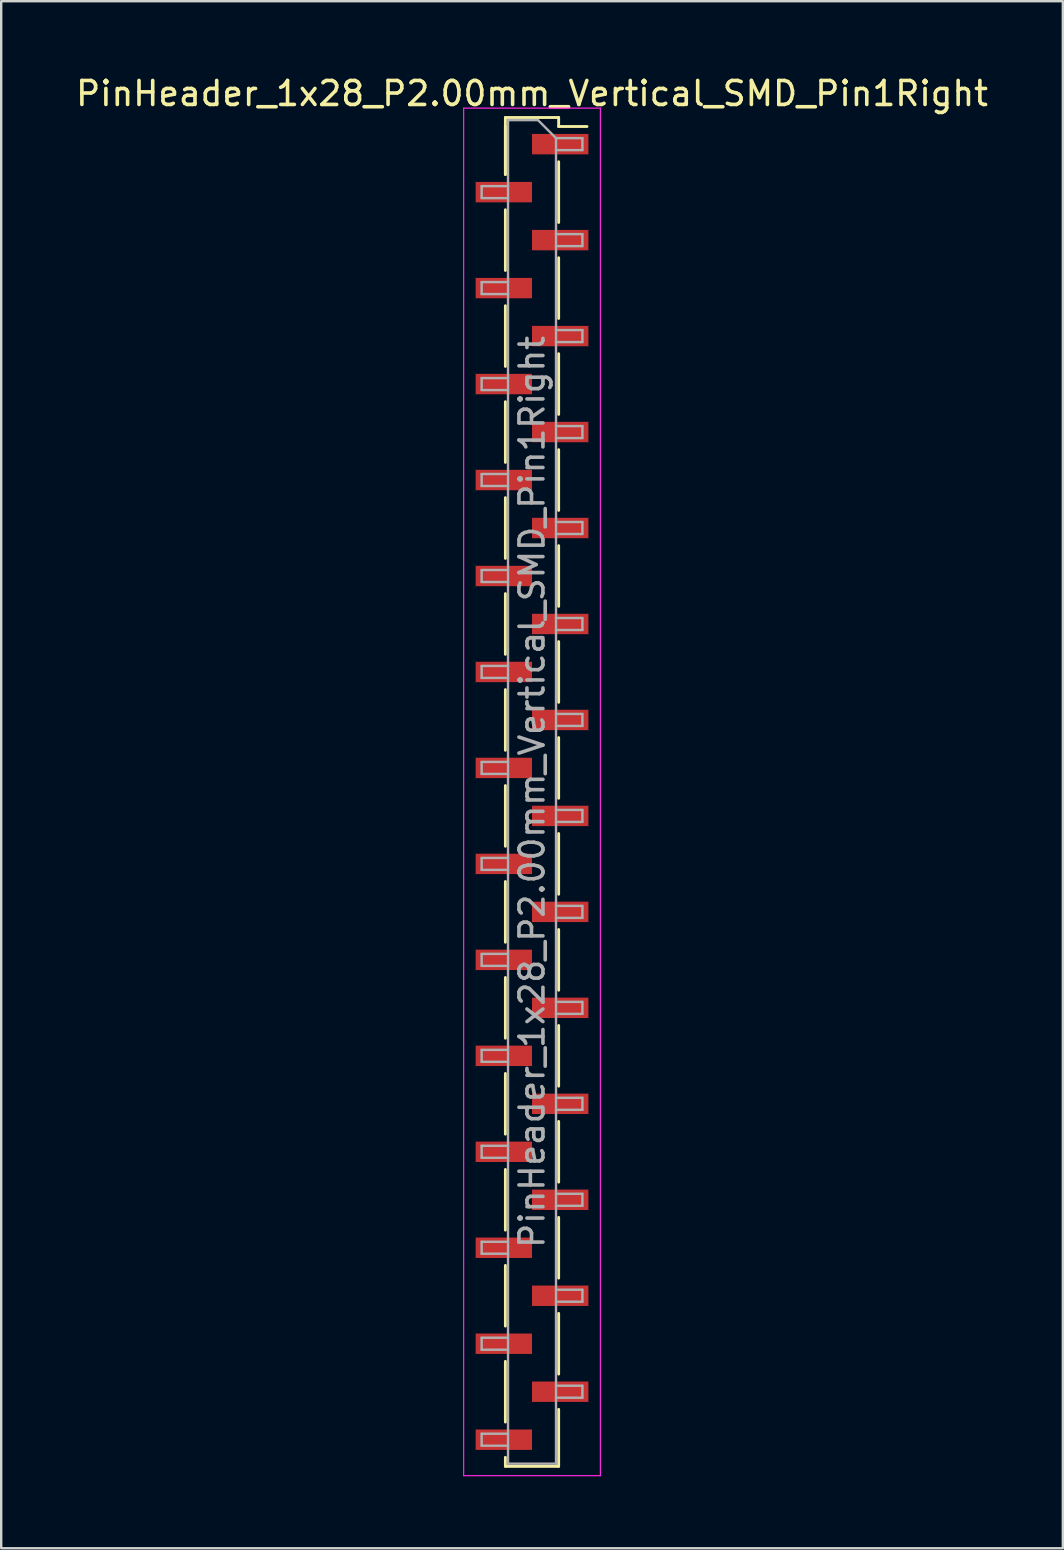
<source format=kicad_pcb>
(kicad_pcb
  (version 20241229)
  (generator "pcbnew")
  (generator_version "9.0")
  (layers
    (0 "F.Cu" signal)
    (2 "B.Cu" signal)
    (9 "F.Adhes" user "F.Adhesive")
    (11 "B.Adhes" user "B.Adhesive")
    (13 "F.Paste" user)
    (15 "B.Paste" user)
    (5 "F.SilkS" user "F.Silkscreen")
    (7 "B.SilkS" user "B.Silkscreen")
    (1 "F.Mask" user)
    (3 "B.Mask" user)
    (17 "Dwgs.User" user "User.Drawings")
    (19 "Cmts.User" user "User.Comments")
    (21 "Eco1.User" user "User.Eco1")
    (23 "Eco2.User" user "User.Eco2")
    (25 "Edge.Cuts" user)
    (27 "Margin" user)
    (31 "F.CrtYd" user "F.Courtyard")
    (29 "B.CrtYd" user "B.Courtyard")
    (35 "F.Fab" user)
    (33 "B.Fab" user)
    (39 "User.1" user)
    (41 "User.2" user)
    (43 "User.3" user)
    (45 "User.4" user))
  (footprint "PinHeader_1x28_P2.00mm_Vertical_SMD_Pin1Right"
    (layer "F.Cu")
    (at 19.125 29.958)
    (property "Reference" "PinHeader_1x28_P2.00mm_Vertical_SMD_Pin1Right" (at 0 -29.11 0) (layer "F.SilkS") (effects (font (size 1 1) (thickness 0.15))))
    (attr smd)
    (fp_line (start -1.11 -28.11) (end -1.11 -25.735) (stroke (width 0.12) (type solid)) (layer "F.SilkS"))
    (fp_line (start -1.11 -28.11) (end 1.11 -28.11) (stroke (width 0.12) (type solid)) (layer "F.SilkS"))
    (fp_line (start -1.11 -27.735) (end -1.11 -25.735) (stroke (width 0.12) (type solid)) (layer "F.SilkS"))
    (fp_line (start -1.11 -24.265) (end -1.11 -21.735) (stroke (width 0.12) (type solid)) (layer "F.SilkS"))
    (fp_line (start -1.11 -20.265) (end -1.11 -17.735) (stroke (width 0.12) (type solid)) (layer "F.SilkS"))
    (fp_line (start -1.11 -16.265) (end -1.11 -13.735) (stroke (width 0.12) (type solid)) (layer "F.SilkS"))
    (fp_line (start -1.11 -12.265) (end -1.11 -9.735) (stroke (width 0.12) (type solid)) (layer "F.SilkS"))
    (fp_line (start -1.11 -8.265) (end -1.11 -5.735) (stroke (width 0.12) (type solid)) (layer "F.SilkS"))
    (fp_line (start -1.11 -4.265) (end -1.11 -1.735) (stroke (width 0.12) (type solid)) (layer "F.SilkS"))
    (fp_line (start -1.11 -0.265) (end -1.11 2.265) (stroke (width 0.12) (type solid)) (layer "F.SilkS"))
    (fp_line (start -1.11 3.735) (end -1.11 6.265) (stroke (width 0.12) (type solid)) (layer "F.SilkS"))
    (fp_line (start -1.11 7.735) (end -1.11 10.265) (stroke (width 0.12) (type solid)) (layer "F.SilkS"))
    (fp_line (start -1.11 11.735) (end -1.11 14.265) (stroke (width 0.12) (type solid)) (layer "F.SilkS"))
    (fp_line (start -1.11 15.735) (end -1.11 18.265) (stroke (width 0.12) (type solid)) (layer "F.SilkS"))
    (fp_line (start -1.11 19.735) (end -1.11 22.265) (stroke (width 0.12) (type solid)) (layer "F.SilkS"))
    (fp_line (start -1.11 23.735) (end -1.11 26.265) (stroke (width 0.12) (type solid)) (layer "F.SilkS"))
    (fp_line (start -1.11 27.735) (end -1.11 28.11) (stroke (width 0.12) (type solid)) (layer "F.SilkS"))
    (fp_line (start -1.11 28.11) (end 1.11 28.11) (stroke (width 0.12) (type solid)) (layer "F.SilkS"))
    (fp_line (start 1.11 -28.11) (end 1.11 -27.735) (stroke (width 0.12) (type solid)) (layer "F.SilkS"))
    (fp_line (start 1.11 -27.735) (end 2.29 -27.735) (stroke (width 0.12) (type solid)) (layer "F.SilkS"))
    (fp_line (start 1.11 -26.265) (end 1.11 -23.735) (stroke (width 0.12) (type solid)) (layer "F.SilkS"))
    (fp_line (start 1.11 -22.265) (end 1.11 -19.735) (stroke (width 0.12) (type solid)) (layer "F.SilkS"))
    (fp_line (start 1.11 -18.265) (end 1.11 -15.735) (stroke (width 0.12) (type solid)) (layer "F.SilkS"))
    (fp_line (start 1.11 -14.265) (end 1.11 -11.735) (stroke (width 0.12) (type solid)) (layer "F.SilkS"))
    (fp_line (start 1.11 -10.265) (end 1.11 -7.735) (stroke (width 0.12) (type solid)) (layer "F.SilkS"))
    (fp_line (start 1.11 -6.265) (end 1.11 -3.735) (stroke (width 0.12) (type solid)) (layer "F.SilkS"))
    (fp_line (start 1.11 -2.265) (end 1.11 0.265) (stroke (width 0.12) (type solid)) (layer "F.SilkS"))
    (fp_line (start 1.11 1.735) (end 1.11 4.265) (stroke (width 0.12) (type solid)) (layer "F.SilkS"))
    (fp_line (start 1.11 5.735) (end 1.11 8.265) (stroke (width 0.12) (type solid)) (layer "F.SilkS"))
    (fp_line (start 1.11 9.735) (end 1.11 12.265) (stroke (width 0.12) (type solid)) (layer "F.SilkS"))
    (fp_line (start 1.11 13.735) (end 1.11 16.265) (stroke (width 0.12) (type solid)) (layer "F.SilkS"))
    (fp_line (start 1.11 17.735) (end 1.11 20.265) (stroke (width 0.12) (type solid)) (layer "F.SilkS"))
    (fp_line (start 1.11 21.735) (end 1.11 24.265) (stroke (width 0.12) (type solid)) (layer "F.SilkS"))
    (fp_line (start 1.11 25.735) (end 1.11 28.11) (stroke (width 0.12) (type solid)) (layer "F.SilkS"))
    (fp_line (start -2.85 -28.5) (end -2.85 28.5) (stroke (width 0.05) (type solid)) (layer "F.CrtYd"))
    (fp_line (start -2.85 28.5) (end 2.85 28.5) (stroke (width 0.05) (type solid)) (layer "F.CrtYd"))
    (fp_line (start 2.85 -28.5) (end -2.85 -28.5) (stroke (width 0.05) (type solid)) (layer "F.CrtYd"))
    (fp_line (start 2.85 28.5) (end 2.85 -28.5) (stroke (width 0.05) (type solid)) (layer "F.CrtYd"))
    (fp_line (start -2.1 -25.25) (end -2.1 -24.75) (stroke (width 0.1) (type solid)) (layer "F.Fab"))
    (fp_line (start -2.1 -24.75) (end -1 -24.75) (stroke (width 0.1) (type solid)) (layer "F.Fab"))
    (fp_line (start -2.1 -21.25) (end -2.1 -20.75) (stroke (width 0.1) (type solid)) (layer "F.Fab"))
    (fp_line (start -2.1 -20.75) (end -1 -20.75) (stroke (width 0.1) (type solid)) (layer "F.Fab"))
    (fp_line (start -2.1 -17.25) (end -2.1 -16.75) (stroke (width 0.1) (type solid)) (layer "F.Fab"))
    (fp_line (start -2.1 -16.75) (end -1 -16.75) (stroke (width 0.1) (type solid)) (layer "F.Fab"))
    (fp_line (start -2.1 -13.25) (end -2.1 -12.75) (stroke (width 0.1) (type solid)) (layer "F.Fab"))
    (fp_line (start -2.1 -12.75) (end -1 -12.75) (stroke (width 0.1) (type solid)) (layer "F.Fab"))
    (fp_line (start -2.1 -9.25) (end -2.1 -8.75) (stroke (width 0.1) (type solid)) (layer "F.Fab"))
    (fp_line (start -2.1 -8.75) (end -1 -8.75) (stroke (width 0.1) (type solid)) (layer "F.Fab"))
    (fp_line (start -2.1 -5.25) (end -2.1 -4.75) (stroke (width 0.1) (type solid)) (layer "F.Fab"))
    (fp_line (start -2.1 -4.75) (end -1 -4.75) (stroke (width 0.1) (type solid)) (layer "F.Fab"))
    (fp_line (start -2.1 -1.25) (end -2.1 -0.75) (stroke (width 0.1) (type solid)) (layer "F.Fab"))
    (fp_line (start -2.1 -0.75) (end -1 -0.75) (stroke (width 0.1) (type solid)) (layer "F.Fab"))
    (fp_line (start -2.1 2.75) (end -2.1 3.25) (stroke (width 0.1) (type solid)) (layer "F.Fab"))
    (fp_line (start -2.1 3.25) (end -1 3.25) (stroke (width 0.1) (type solid)) (layer "F.Fab"))
    (fp_line (start -2.1 6.75) (end -2.1 7.25) (stroke (width 0.1) (type solid)) (layer "F.Fab"))
    (fp_line (start -2.1 7.25) (end -1 7.25) (stroke (width 0.1) (type solid)) (layer "F.Fab"))
    (fp_line (start -2.1 10.75) (end -2.1 11.25) (stroke (width 0.1) (type solid)) (layer "F.Fab"))
    (fp_line (start -2.1 11.25) (end -1 11.25) (stroke (width 0.1) (type solid)) (layer "F.Fab"))
    (fp_line (start -2.1 14.75) (end -2.1 15.25) (stroke (width 0.1) (type solid)) (layer "F.Fab"))
    (fp_line (start -2.1 15.25) (end -1 15.25) (stroke (width 0.1) (type solid)) (layer "F.Fab"))
    (fp_line (start -2.1 18.75) (end -2.1 19.25) (stroke (width 0.1) (type solid)) (layer "F.Fab"))
    (fp_line (start -2.1 19.25) (end -1 19.25) (stroke (width 0.1) (type solid)) (layer "F.Fab"))
    (fp_line (start -2.1 22.75) (end -2.1 23.25) (stroke (width 0.1) (type solid)) (layer "F.Fab"))
    (fp_line (start -2.1 23.25) (end -1 23.25) (stroke (width 0.1) (type solid)) (layer "F.Fab"))
    (fp_line (start -2.1 26.75) (end -2.1 27.25) (stroke (width 0.1) (type solid)) (layer "F.Fab"))
    (fp_line (start -2.1 27.25) (end -1 27.25) (stroke (width 0.1) (type solid)) (layer "F.Fab"))
    (fp_line (start -1 -28) (end -1 28) (stroke (width 0.1) (type solid)) (layer "F.Fab"))
    (fp_line (start -1 -28) (end 0.25 -28) (stroke (width 0.1) (type solid)) (layer "F.Fab"))
    (fp_line (start -1 -25.25) (end -2.1 -25.25) (stroke (width 0.1) (type solid)) (layer "F.Fab"))
    (fp_line (start -1 -21.25) (end -2.1 -21.25) (stroke (width 0.1) (type solid)) (layer "F.Fab"))
    (fp_line (start -1 -17.25) (end -2.1 -17.25) (stroke (width 0.1) (type solid)) (layer "F.Fab"))
    (fp_line (start -1 -13.25) (end -2.1 -13.25) (stroke (width 0.1) (type solid)) (layer "F.Fab"))
    (fp_line (start -1 -9.25) (end -2.1 -9.25) (stroke (width 0.1) (type solid)) (layer "F.Fab"))
    (fp_line (start -1 -5.25) (end -2.1 -5.25) (stroke (width 0.1) (type solid)) (layer "F.Fab"))
    (fp_line (start -1 -1.25) (end -2.1 -1.25) (stroke (width 0.1) (type solid)) (layer "F.Fab"))
    (fp_line (start -1 2.75) (end -2.1 2.75) (stroke (width 0.1) (type solid)) (layer "F.Fab"))
    (fp_line (start -1 6.75) (end -2.1 6.75) (stroke (width 0.1) (type solid)) (layer "F.Fab"))
    (fp_line (start -1 10.75) (end -2.1 10.75) (stroke (width 0.1) (type solid)) (layer "F.Fab"))
    (fp_line (start -1 14.75) (end -2.1 14.75) (stroke (width 0.1) (type solid)) (layer "F.Fab"))
    (fp_line (start -1 18.75) (end -2.1 18.75) (stroke (width 0.1) (type solid)) (layer "F.Fab"))
    (fp_line (start -1 22.75) (end -2.1 22.75) (stroke (width 0.1) (type solid)) (layer "F.Fab"))
    (fp_line (start -1 26.75) (end -2.1 26.75) (stroke (width 0.1) (type solid)) (layer "F.Fab"))
    (fp_line (start 1 -27.25) (end 0.25 -28) (stroke (width 0.1) (type solid)) (layer "F.Fab"))
    (fp_line (start 1 -27.25) (end 2.1 -27.25) (stroke (width 0.1) (type solid)) (layer "F.Fab"))
    (fp_line (start 1 -23.25) (end 2.1 -23.25) (stroke (width 0.1) (type solid)) (layer "F.Fab"))
    (fp_line (start 1 -19.25) (end 2.1 -19.25) (stroke (width 0.1) (type solid)) (layer "F.Fab"))
    (fp_line (start 1 -15.25) (end 2.1 -15.25) (stroke (width 0.1) (type solid)) (layer "F.Fab"))
    (fp_line (start 1 -11.25) (end 2.1 -11.25) (stroke (width 0.1) (type solid)) (layer "F.Fab"))
    (fp_line (start 1 -7.25) (end 2.1 -7.25) (stroke (width 0.1) (type solid)) (layer "F.Fab"))
    (fp_line (start 1 -3.25) (end 2.1 -3.25) (stroke (width 0.1) (type solid)) (layer "F.Fab"))
    (fp_line (start 1 0.75) (end 2.1 0.75) (stroke (width 0.1) (type solid)) (layer "F.Fab"))
    (fp_line (start 1 4.75) (end 2.1 4.75) (stroke (width 0.1) (type solid)) (layer "F.Fab"))
    (fp_line (start 1 8.75) (end 2.1 8.75) (stroke (width 0.1) (type solid)) (layer "F.Fab"))
    (fp_line (start 1 12.75) (end 2.1 12.75) (stroke (width 0.1) (type solid)) (layer "F.Fab"))
    (fp_line (start 1 16.75) (end 2.1 16.75) (stroke (width 0.1) (type solid)) (layer "F.Fab"))
    (fp_line (start 1 20.75) (end 2.1 20.75) (stroke (width 0.1) (type solid)) (layer "F.Fab"))
    (fp_line (start 1 24.75) (end 2.1 24.75) (stroke (width 0.1) (type solid)) (layer "F.Fab"))
    (fp_line (start 1 28) (end -1 28) (stroke (width 0.1) (type solid)) (layer "F.Fab"))
    (fp_line (start 1 28) (end 1 -27.25) (stroke (width 0.1) (type solid)) (layer "F.Fab"))
    (fp_line (start 2.1 -27.25) (end 2.1 -26.75) (stroke (width 0.1) (type solid)) (layer "F.Fab"))
    (fp_line (start 2.1 -26.75) (end 1 -26.75) (stroke (width 0.1) (type solid)) (layer "F.Fab"))
    (fp_line (start 2.1 -23.25) (end 2.1 -22.75) (stroke (width 0.1) (type solid)) (layer "F.Fab"))
    (fp_line (start 2.1 -22.75) (end 1 -22.75) (stroke (width 0.1) (type solid)) (layer "F.Fab"))
    (fp_line (start 2.1 -19.25) (end 2.1 -18.75) (stroke (width 0.1) (type solid)) (layer "F.Fab"))
    (fp_line (start 2.1 -18.75) (end 1 -18.75) (stroke (width 0.1) (type solid)) (layer "F.Fab"))
    (fp_line (start 2.1 -15.25) (end 2.1 -14.75) (stroke (width 0.1) (type solid)) (layer "F.Fab"))
    (fp_line (start 2.1 -14.75) (end 1 -14.75) (stroke (width 0.1) (type solid)) (layer "F.Fab"))
    (fp_line (start 2.1 -11.25) (end 2.1 -10.75) (stroke (width 0.1) (type solid)) (layer "F.Fab"))
    (fp_line (start 2.1 -10.75) (end 1 -10.75) (stroke (width 0.1) (type solid)) (layer "F.Fab"))
    (fp_line (start 2.1 -7.25) (end 2.1 -6.75) (stroke (width 0.1) (type solid)) (layer "F.Fab"))
    (fp_line (start 2.1 -6.75) (end 1 -6.75) (stroke (width 0.1) (type solid)) (layer "F.Fab"))
    (fp_line (start 2.1 -3.25) (end 2.1 -2.75) (stroke (width 0.1) (type solid)) (layer "F.Fab"))
    (fp_line (start 2.1 -2.75) (end 1 -2.75) (stroke (width 0.1) (type solid)) (layer "F.Fab"))
    (fp_line (start 2.1 0.75) (end 2.1 1.25) (stroke (width 0.1) (type solid)) (layer "F.Fab"))
    (fp_line (start 2.1 1.25) (end 1 1.25) (stroke (width 0.1) (type solid)) (layer "F.Fab"))
    (fp_line (start 2.1 4.75) (end 2.1 5.25) (stroke (width 0.1) (type solid)) (layer "F.Fab"))
    (fp_line (start 2.1 5.25) (end 1 5.25) (stroke (width 0.1) (type solid)) (layer "F.Fab"))
    (fp_line (start 2.1 8.75) (end 2.1 9.25) (stroke (width 0.1) (type solid)) (layer "F.Fab"))
    (fp_line (start 2.1 9.25) (end 1 9.25) (stroke (width 0.1) (type solid)) (layer "F.Fab"))
    (fp_line (start 2.1 12.75) (end 2.1 13.25) (stroke (width 0.1) (type solid)) (layer "F.Fab"))
    (fp_line (start 2.1 13.25) (end 1 13.25) (stroke (width 0.1) (type solid)) (layer "F.Fab"))
    (fp_line (start 2.1 16.75) (end 2.1 17.25) (stroke (width 0.1) (type solid)) (layer "F.Fab"))
    (fp_line (start 2.1 17.25) (end 1 17.25) (stroke (width 0.1) (type solid)) (layer "F.Fab"))
    (fp_line (start 2.1 20.75) (end 2.1 21.25) (stroke (width 0.1) (type solid)) (layer "F.Fab"))
    (fp_line (start 2.1 21.25) (end 1 21.25) (stroke (width 0.1) (type solid)) (layer "F.Fab"))
    (fp_line (start 2.1 24.75) (end 2.1 25.25) (stroke (width 0.1) (type solid)) (layer "F.Fab"))
    (fp_line (start 2.1 25.25) (end 1 25.25) (stroke (width 0.1) (type solid)) (layer "F.Fab"))
    (fp_text user "${REFERENCE}" (at 0 0 90) (layer "F.Fab") (effects (font (size 1 1) (thickness 0.15))))
    (pad "1" smd rect (at 1.175 -27) (size 2.35 0.85) (layers "F.Cu" "F.Mask" "F.Paste"))
    (pad "2" smd rect (at -1.175 -25) (size 2.35 0.85) (layers "F.Cu" "F.Mask" "F.Paste"))
    (pad "3" smd rect (at 1.175 -23) (size 2.35 0.85) (layers "F.Cu" "F.Mask" "F.Paste"))
    (pad "4" smd rect (at -1.175 -21) (size 2.35 0.85) (layers "F.Cu" "F.Mask" "F.Paste"))
    (pad "5" smd rect (at 1.175 -19) (size 2.35 0.85) (layers "F.Cu" "F.Mask" "F.Paste"))
    (pad "6" smd rect (at -1.175 -17) (size 2.35 0.85) (layers "F.Cu" "F.Mask" "F.Paste"))
    (pad "7" smd rect (at 1.175 -15) (size 2.35 0.85) (layers "F.Cu" "F.Mask" "F.Paste"))
    (pad "8" smd rect (at -1.175 -13) (size 2.35 0.85) (layers "F.Cu" "F.Mask" "F.Paste"))
    (pad "9" smd rect (at 1.175 -11) (size 2.35 0.85) (layers "F.Cu" "F.Mask" "F.Paste"))
    (pad "10" smd rect (at -1.175 -9) (size 2.35 0.85) (layers "F.Cu" "F.Mask" "F.Paste"))
    (pad "11" smd rect (at 1.175 -7) (size 2.35 0.85) (layers "F.Cu" "F.Mask" "F.Paste"))
    (pad "12" smd rect (at -1.175 -5) (size 2.35 0.85) (layers "F.Cu" "F.Mask" "F.Paste"))
    (pad "13" smd rect (at 1.175 -3) (size 2.35 0.85) (layers "F.Cu" "F.Mask" "F.Paste"))
    (pad "14" smd rect (at -1.175 -1) (size 2.35 0.85) (layers "F.Cu" "F.Mask" "F.Paste"))
    (pad "15" smd rect (at 1.175 1) (size 2.35 0.85) (layers "F.Cu" "F.Mask" "F.Paste"))
    (pad "16" smd rect (at -1.175 3) (size 2.35 0.85) (layers "F.Cu" "F.Mask" "F.Paste"))
    (pad "17" smd rect (at 1.175 5) (size 2.35 0.85) (layers "F.Cu" "F.Mask" "F.Paste"))
    (pad "18" smd rect (at -1.175 7) (size 2.35 0.85) (layers "F.Cu" "F.Mask" "F.Paste"))
    (pad "19" smd rect (at 1.175 9) (size 2.35 0.85) (layers "F.Cu" "F.Mask" "F.Paste"))
    (pad "20" smd rect (at -1.175 11) (size 2.35 0.85) (layers "F.Cu" "F.Mask" "F.Paste"))
    (pad "21" smd rect (at 1.175 13) (size 2.35 0.85) (layers "F.Cu" "F.Mask" "F.Paste"))
    (pad "22" smd rect (at -1.175 15) (size 2.35 0.85) (layers "F.Cu" "F.Mask" "F.Paste"))
    (pad "23" smd rect (at 1.175 17) (size 2.35 0.85) (layers "F.Cu" "F.Mask" "F.Paste"))
    (pad "24" smd rect (at -1.175 19) (size 2.35 0.85) (layers "F.Cu" "F.Mask" "F.Paste"))
    (pad "25" smd rect (at 1.175 21) (size 2.35 0.85) (layers "F.Cu" "F.Mask" "F.Paste"))
    (pad "26" smd rect (at -1.175 23) (size 2.35 0.85) (layers "F.Cu" "F.Mask" "F.Paste"))
    (pad "27" smd rect (at 1.175 25) (size 2.35 0.85) (layers "F.Cu" "F.Mask" "F.Paste"))
    (pad "28" smd rect (at -1.175 27) (size 2.35 0.85) (layers "F.Cu" "F.Mask" "F.Paste")))
  (gr_rect
    (start -3 -3)
    (end 41.25 61.483)
    (stroke (width 0.1) (type default))
    (fill no)
    (layer "Edge.Cuts")))
</source>
